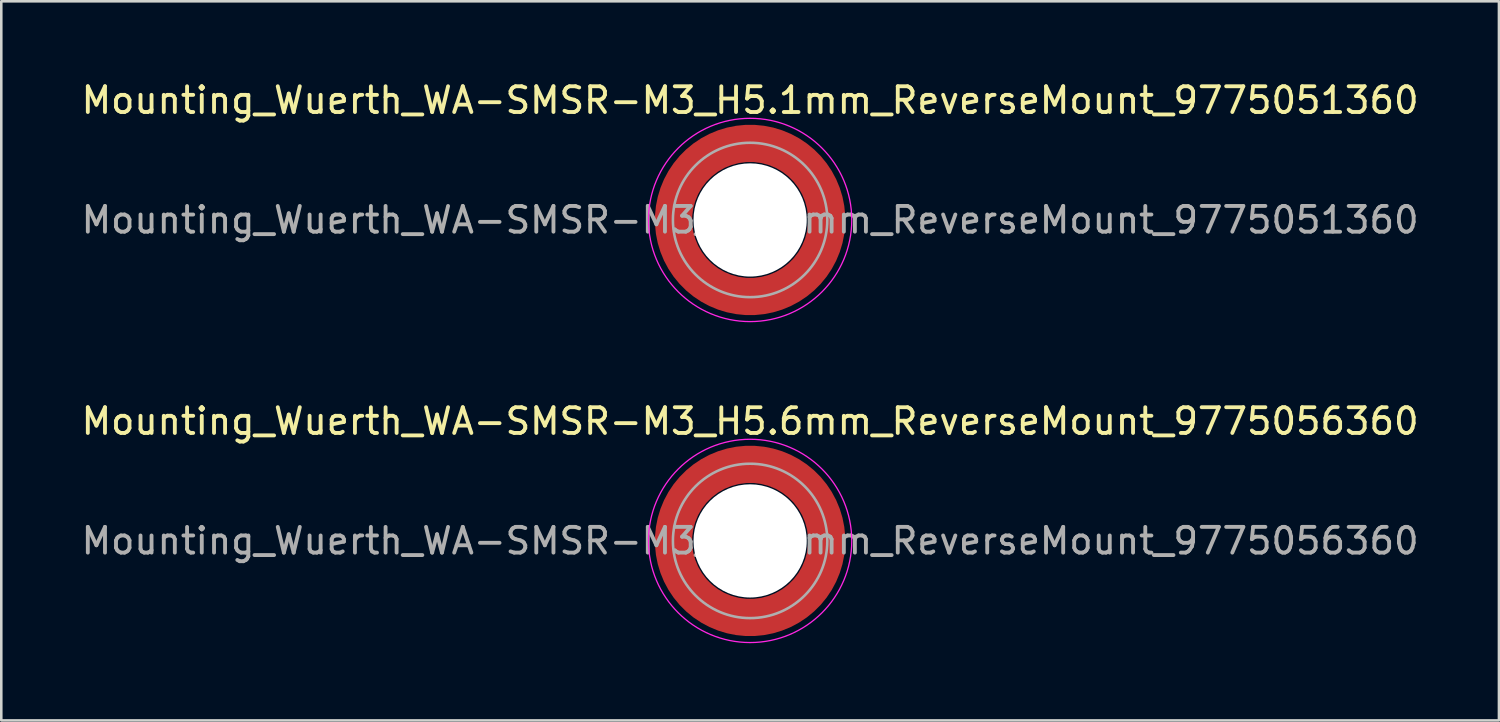
<source format=kicad_pcb>
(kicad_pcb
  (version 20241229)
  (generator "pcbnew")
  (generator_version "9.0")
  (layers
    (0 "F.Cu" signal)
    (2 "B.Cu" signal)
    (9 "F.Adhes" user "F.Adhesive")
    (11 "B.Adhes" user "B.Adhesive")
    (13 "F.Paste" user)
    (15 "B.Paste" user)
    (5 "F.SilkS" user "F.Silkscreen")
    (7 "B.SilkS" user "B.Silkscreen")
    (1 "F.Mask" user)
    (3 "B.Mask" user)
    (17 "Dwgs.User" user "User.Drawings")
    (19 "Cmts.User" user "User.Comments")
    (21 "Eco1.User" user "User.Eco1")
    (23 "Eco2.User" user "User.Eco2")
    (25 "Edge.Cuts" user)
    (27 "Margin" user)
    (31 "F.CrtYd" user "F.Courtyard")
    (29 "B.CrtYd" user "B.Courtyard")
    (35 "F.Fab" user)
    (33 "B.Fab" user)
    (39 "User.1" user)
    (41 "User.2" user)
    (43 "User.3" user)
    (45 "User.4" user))
  (footprint "Mounting_Wuerth_WA-SMSR-M3_H5.6mm_ReverseMount_9775056360"
    (layer "F.Cu")
    (at 26.101 17.971)
    (property "Reference" "Mounting_Wuerth_WA-SMSR-M3_H5.6mm_ReverseMount_9775056360" (at 0 -4.65 0) (layer "F.SilkS") (effects (font (size 1 1) (thickness 0.15))))
    (attr smd)
    (fp_circle (center 0 0) (end 3.95 0) (stroke (width 0.05) (type solid)) (fill no) (layer "F.CrtYd"))
    (fp_circle (center 0 0) (end 3 0) (stroke (width 0.1) (type solid)) (fill no) (layer "F.Fab"))
    (fp_text user "${REFERENCE}" (at 0 0 0) (layer "F.Fab") (effects (font (size 1 1) (thickness 0.15))))
    (pad "" smd custom (at -2.095 -2.095) (size 0.945 0.945) (layers "F.Paste") (options (anchor circle)) (primitives (gr_arc (start -0.24231 1.594804) (mid 0.404819 0.404819) (end 1.594804 -0.24231) (width 0.2)) (gr_arc (start -0.3398 1.594804) (mid 0.337349 0.337349) (end 1.594804 -0.3398) (width 0.2)) (gr_arc (start -0.437132 1.594804) (mid 0.269879 0.269879) (end 1.594804 -0.437132) (width 0.2)) (gr_arc (start -0.534324 1.594804) (mid 0.202409 0.202409) (end 1.594804 -0.534324) (width 0.2)) (gr_arc (start -0.631391 1.594804) (mid 0.134939 0.134939) (end 1.594804 -0.631391) (width 0.2)) (gr_arc (start -0.728345 1.594804) (mid 0.06747 0.06747) (end 1.594804 -0.728345) (width 0.2)) (gr_arc (start -0.825197 1.594804) (mid 0 0) (end 1.594804 -0.825197) (width 0.2)) (gr_arc (start -0.921958 1.594804) (mid -0.067469 -0.067469) (end 1.594804 -0.921958) (width 0.2)) (gr_arc (start -1.018637 1.594804) (mid -0.13494 -0.13494) (end 1.594804 -1.018637) (width 0.2)) (gr_arc (start -1.115239 1.594804) (mid -0.202409 -0.202409) (end 1.594804 -1.115239) (width 0.2)) (gr_arc (start -1.211773 1.594804) (mid -0.269879 -0.269879) (end 1.594804 -1.211773) (width 0.2)) (gr_arc (start -1.308244 1.594804) (mid -0.337349 -0.337349) (end 1.594804 -1.308244) (width 0.2)) (gr_arc (start -1.404657 1.594804) (mid -0.404819 -0.404819) (end 1.594804 -1.404657) (width 0.2)) (gr_arc (start -1.404657 1.594804) (mid -0.404819 -0.404819) (end 1.594804 -1.404657) (width 0.2)) (gr_line (start 1.595 -0.242) (end 1.595 -1.405) (width 0.2)) (gr_line (start -0.242 1.595) (end -1.405 1.595) (width 0.2))))
    (pad "" smd custom (at -2.095 2.095) (size 0.945 0.945) (layers "F.Paste") (options (anchor circle)) (primitives (gr_arc (start 1.594804 0.24231) (mid 0.404819 -0.404819) (end -0.24231 -1.594804) (width 0.2)) (gr_arc (start 1.594804 0.3398) (mid 0.337349 -0.337349) (end -0.3398 -1.594804) (width 0.2)) (gr_arc (start 1.594804 0.437132) (mid 0.269879 -0.269879) (end -0.437132 -1.594804) (width 0.2)) (gr_arc (start 1.594804 0.534324) (mid 0.202409 -0.202409) (end -0.534324 -1.594804) (width 0.2)) (gr_arc (start 1.594804 0.631391) (mid 0.134939 -0.134939) (end -0.631391 -1.594804) (width 0.2)) (gr_arc (start 1.594804 0.728345) (mid 0.06747 -0.06747) (end -0.728345 -1.594804) (width 0.2)) (gr_arc (start 1.594804 0.825197) (mid 0 0) (end -0.825197 -1.594804) (width 0.2)) (gr_arc (start 1.594804 0.921958) (mid -0.067469 0.067469) (end -0.921958 -1.594804) (width 0.2)) (gr_arc (start 1.594804 1.018637) (mid -0.13494 0.13494) (end -1.018637 -1.594804) (width 0.2)) (gr_arc (start 1.594804 1.115239) (mid -0.202409 0.202409) (end -1.115239 -1.594804) (width 0.2)) (gr_arc (start 1.594804 1.211773) (mid -0.269879 0.269879) (end -1.211773 -1.594804) (width 0.2)) (gr_arc (start 1.594804 1.308244) (mid -0.337349 0.337349) (end -1.308244 -1.594804) (width 0.2)) (gr_arc (start 1.594804 1.404657) (mid -0.404819 0.404819) (end -1.404657 -1.594804) (width 0.2)) (gr_arc (start 1.594804 1.404657) (mid -0.404819 0.404819) (end -1.404657 -1.594804) (width 0.2)) (gr_line (start -0.242 -1.595) (end -1.405 -1.595) (width 0.2)) (gr_line (start 1.595 0.242) (end 1.595 1.405) (width 0.2))))
    (pad "" np_thru_hole circle (at 0 0) (size 4.4 4.4) (drill 4.4) (layers "*.Cu" "*.Mask"))
    (pad "" smd custom (at 2.095 -2.095) (size 0.945 0.945) (layers "F.Paste") (options (anchor circle)) (primitives (gr_arc (start -1.594804 -0.24231) (mid -0.404819 0.404819) (end 0.24231 1.594804) (width 0.2)) (gr_arc (start -1.594804 -0.3398) (mid -0.337349 0.337349) (end 0.3398 1.594804) (width 0.2)) (gr_arc (start -1.594804 -0.437132) (mid -0.269879 0.269879) (end 0.437132 1.594804) (width 0.2)) (gr_arc (start -1.594804 -0.534324) (mid -0.202409 0.202409) (end 0.534324 1.594804) (width 0.2)) (gr_arc (start -1.594804 -0.631391) (mid -0.134939 0.134939) (end 0.631391 1.594804) (width 0.2)) (gr_arc (start -1.594804 -0.728345) (mid -0.06747 0.06747) (end 0.728345 1.594804) (width 0.2)) (gr_arc (start -1.594804 -0.825197) (mid 0 0) (end 0.825197 1.594804) (width 0.2)) (gr_arc (start -1.594804 -0.921958) (mid 0.067469 -0.067469) (end 0.921958 1.594804) (width 0.2)) (gr_arc (start -1.594804 -1.018637) (mid 0.13494 -0.13494) (end 1.018637 1.594804) (width 0.2)) (gr_arc (start -1.594804 -1.115239) (mid 0.202409 -0.202409) (end 1.115239 1.594804) (width 0.2)) (gr_arc (start -1.594804 -1.211773) (mid 0.269879 -0.269879) (end 1.211773 1.594804) (width 0.2)) (gr_arc (start -1.594804 -1.308244) (mid 0.337349 -0.337349) (end 1.308244 1.594804) (width 0.2)) (gr_arc (start -1.594804 -1.404657) (mid 0.404819 -0.404819) (end 1.404657 1.594804) (width 0.2)) (gr_arc (start -1.594804 -1.404657) (mid 0.404819 -0.404819) (end 1.404657 1.594804) (width 0.2)) (gr_line (start 0.242 1.595) (end 1.405 1.595) (width 0.2)) (gr_line (start -1.595 -0.242) (end -1.595 -1.405) (width 0.2))))
    (pad "" smd custom (at 2.095 2.095) (size 0.945 0.945) (layers "F.Paste") (options (anchor circle)) (primitives (gr_arc (start 0.24231 -1.594804) (mid -0.404819 -0.404819) (end -1.594804 0.24231) (width 0.2)) (gr_arc (start 0.3398 -1.594804) (mid -0.337349 -0.337349) (end -1.594804 0.3398) (width 0.2)) (gr_arc (start 0.437132 -1.594804) (mid -0.269879 -0.269879) (end -1.594804 0.437132) (width 0.2)) (gr_arc (start 0.534324 -1.594804) (mid -0.202409 -0.202409) (end -1.594804 0.534324) (width 0.2)) (gr_arc (start 0.631391 -1.594804) (mid -0.134939 -0.134939) (end -1.594804 0.631391) (width 0.2)) (gr_arc (start 0.728345 -1.594804) (mid -0.06747 -0.06747) (end -1.594804 0.728345) (width 0.2)) (gr_arc (start 0.825197 -1.594804) (mid 0 0) (end -1.594804 0.825197) (width 0.2)) (gr_arc (start 0.921958 -1.594804) (mid 0.067469 0.067469) (end -1.594804 0.921958) (width 0.2)) (gr_arc (start 1.018637 -1.594804) (mid 0.13494 0.13494) (end -1.594804 1.018637) (width 0.2)) (gr_arc (start 1.115239 -1.594804) (mid 0.202409 0.202409) (end -1.594804 1.115239) (width 0.2)) (gr_arc (start 1.211773 -1.594804) (mid 0.269879 0.269879) (end -1.594804 1.211773) (width 0.2)) (gr_arc (start 1.308244 -1.594804) (mid 0.337349 0.337349) (end -1.594804 1.308244) (width 0.2)) (gr_arc (start 1.404657 -1.594804) (mid 0.404819 0.404819) (end -1.594804 1.404657) (width 0.2)) (gr_arc (start 1.404657 -1.594804) (mid 0.404819 0.404819) (end -1.594804 1.404657) (width 0.2)) (gr_line (start -1.595 0.242) (end -1.595 1.405) (width 0.2)) (gr_line (start 0.242 -1.595) (end 1.405 -1.595) (width 0.2))))
    (pad "1" smd circle (at -2.975 0) (size 1.05 1.05) (layers "F.Cu"))
    (pad "1" smd circle (at 0 -2.975) (size 1.05 1.05) (layers "F.Cu"))
    (pad "1" smd circle (at 0 2.975) (size 1.05 1.05) (layers "F.Cu"))
    (pad "1" smd custom (at 2.975 0) (size 1.05 1.05) (layers "F.Cu" "F.Mask") (options (anchor circle)) (primitives (gr_circle (center -2.975 0) (end 0 0) (width 1.45) (fill no)))))
  (footprint "Mounting_Wuerth_WA-SMSR-M3_H5.1mm_ReverseMount_9775051360"
    (layer "F.Cu")
    (at 26.101 5.498)
    (property "Reference" "Mounting_Wuerth_WA-SMSR-M3_H5.1mm_ReverseMount_9775051360" (at 0 -4.65 0) (layer "F.SilkS") (effects (font (size 1 1) (thickness 0.15))))
    (attr smd)
    (fp_circle (center 0 0) (end 3.95 0) (stroke (width 0.05) (type solid)) (fill no) (layer "F.CrtYd"))
    (fp_circle (center 0 0) (end 3 0) (stroke (width 0.1) (type solid)) (fill no) (layer "F.Fab"))
    (fp_text user "${REFERENCE}" (at 0 0 0) (layer "F.Fab") (effects (font (size 1 1) (thickness 0.15))))
    (pad "" smd custom (at -2.095 -2.095) (size 0.945 0.945) (layers "F.Paste") (options (anchor circle)) (primitives (gr_arc (start -0.24231 1.594804) (mid 0.404819 0.404819) (end 1.594804 -0.24231) (width 0.2)) (gr_arc (start -0.3398 1.594804) (mid 0.337349 0.337349) (end 1.594804 -0.3398) (width 0.2)) (gr_arc (start -0.437132 1.594804) (mid 0.269879 0.269879) (end 1.594804 -0.437132) (width 0.2)) (gr_arc (start -0.534324 1.594804) (mid 0.202409 0.202409) (end 1.594804 -0.534324) (width 0.2)) (gr_arc (start -0.631391 1.594804) (mid 0.134939 0.134939) (end 1.594804 -0.631391) (width 0.2)) (gr_arc (start -0.728345 1.594804) (mid 0.06747 0.06747) (end 1.594804 -0.728345) (width 0.2)) (gr_arc (start -0.825197 1.594804) (mid 0 0) (end 1.594804 -0.825197) (width 0.2)) (gr_arc (start -0.921958 1.594804) (mid -0.067469 -0.067469) (end 1.594804 -0.921958) (width 0.2)) (gr_arc (start -1.018637 1.594804) (mid -0.13494 -0.13494) (end 1.594804 -1.018637) (width 0.2)) (gr_arc (start -1.115239 1.594804) (mid -0.202409 -0.202409) (end 1.594804 -1.115239) (width 0.2)) (gr_arc (start -1.211773 1.594804) (mid -0.269879 -0.269879) (end 1.594804 -1.211773) (width 0.2)) (gr_arc (start -1.308244 1.594804) (mid -0.337349 -0.337349) (end 1.594804 -1.308244) (width 0.2)) (gr_arc (start -1.404657 1.594804) (mid -0.404819 -0.404819) (end 1.594804 -1.404657) (width 0.2)) (gr_arc (start -1.404657 1.594804) (mid -0.404819 -0.404819) (end 1.594804 -1.404657) (width 0.2)) (gr_line (start 1.595 -0.242) (end 1.595 -1.405) (width 0.2)) (gr_line (start -0.242 1.595) (end -1.405 1.595) (width 0.2))))
    (pad "" smd custom (at -2.095 2.095) (size 0.945 0.945) (layers "F.Paste") (options (anchor circle)) (primitives (gr_arc (start 1.594804 0.24231) (mid 0.404819 -0.404819) (end -0.24231 -1.594804) (width 0.2)) (gr_arc (start 1.594804 0.3398) (mid 0.337349 -0.337349) (end -0.3398 -1.594804) (width 0.2)) (gr_arc (start 1.594804 0.437132) (mid 0.269879 -0.269879) (end -0.437132 -1.594804) (width 0.2)) (gr_arc (start 1.594804 0.534324) (mid 0.202409 -0.202409) (end -0.534324 -1.594804) (width 0.2)) (gr_arc (start 1.594804 0.631391) (mid 0.134939 -0.134939) (end -0.631391 -1.594804) (width 0.2)) (gr_arc (start 1.594804 0.728345) (mid 0.06747 -0.06747) (end -0.728345 -1.594804) (width 0.2)) (gr_arc (start 1.594804 0.825197) (mid 0 0) (end -0.825197 -1.594804) (width 0.2)) (gr_arc (start 1.594804 0.921958) (mid -0.067469 0.067469) (end -0.921958 -1.594804) (width 0.2)) (gr_arc (start 1.594804 1.018637) (mid -0.13494 0.13494) (end -1.018637 -1.594804) (width 0.2)) (gr_arc (start 1.594804 1.115239) (mid -0.202409 0.202409) (end -1.115239 -1.594804) (width 0.2)) (gr_arc (start 1.594804 1.211773) (mid -0.269879 0.269879) (end -1.211773 -1.594804) (width 0.2)) (gr_arc (start 1.594804 1.308244) (mid -0.337349 0.337349) (end -1.308244 -1.594804) (width 0.2)) (gr_arc (start 1.594804 1.404657) (mid -0.404819 0.404819) (end -1.404657 -1.594804) (width 0.2)) (gr_arc (start 1.594804 1.404657) (mid -0.404819 0.404819) (end -1.404657 -1.594804) (width 0.2)) (gr_line (start -0.242 -1.595) (end -1.405 -1.595) (width 0.2)) (gr_line (start 1.595 0.242) (end 1.595 1.405) (width 0.2))))
    (pad "" np_thru_hole circle (at 0 0) (size 4.4 4.4) (drill 4.4) (layers "*.Cu" "*.Mask"))
    (pad "" smd custom (at 2.095 -2.095) (size 0.945 0.945) (layers "F.Paste") (options (anchor circle)) (primitives (gr_arc (start -1.594804 -0.24231) (mid -0.404819 0.404819) (end 0.24231 1.594804) (width 0.2)) (gr_arc (start -1.594804 -0.3398) (mid -0.337349 0.337349) (end 0.3398 1.594804) (width 0.2)) (gr_arc (start -1.594804 -0.437132) (mid -0.269879 0.269879) (end 0.437132 1.594804) (width 0.2)) (gr_arc (start -1.594804 -0.534324) (mid -0.202409 0.202409) (end 0.534324 1.594804) (width 0.2)) (gr_arc (start -1.594804 -0.631391) (mid -0.134939 0.134939) (end 0.631391 1.594804) (width 0.2)) (gr_arc (start -1.594804 -0.728345) (mid -0.06747 0.06747) (end 0.728345 1.594804) (width 0.2)) (gr_arc (start -1.594804 -0.825197) (mid 0 0) (end 0.825197 1.594804) (width 0.2)) (gr_arc (start -1.594804 -0.921958) (mid 0.067469 -0.067469) (end 0.921958 1.594804) (width 0.2)) (gr_arc (start -1.594804 -1.018637) (mid 0.13494 -0.13494) (end 1.018637 1.594804) (width 0.2)) (gr_arc (start -1.594804 -1.115239) (mid 0.202409 -0.202409) (end 1.115239 1.594804) (width 0.2)) (gr_arc (start -1.594804 -1.211773) (mid 0.269879 -0.269879) (end 1.211773 1.594804) (width 0.2)) (gr_arc (start -1.594804 -1.308244) (mid 0.337349 -0.337349) (end 1.308244 1.594804) (width 0.2)) (gr_arc (start -1.594804 -1.404657) (mid 0.404819 -0.404819) (end 1.404657 1.594804) (width 0.2)) (gr_arc (start -1.594804 -1.404657) (mid 0.404819 -0.404819) (end 1.404657 1.594804) (width 0.2)) (gr_line (start 0.242 1.595) (end 1.405 1.595) (width 0.2)) (gr_line (start -1.595 -0.242) (end -1.595 -1.405) (width 0.2))))
    (pad "" smd custom (at 2.095 2.095) (size 0.945 0.945) (layers "F.Paste") (options (anchor circle)) (primitives (gr_arc (start 0.24231 -1.594804) (mid -0.404819 -0.404819) (end -1.594804 0.24231) (width 0.2)) (gr_arc (start 0.3398 -1.594804) (mid -0.337349 -0.337349) (end -1.594804 0.3398) (width 0.2)) (gr_arc (start 0.437132 -1.594804) (mid -0.269879 -0.269879) (end -1.594804 0.437132) (width 0.2)) (gr_arc (start 0.534324 -1.594804) (mid -0.202409 -0.202409) (end -1.594804 0.534324) (width 0.2)) (gr_arc (start 0.631391 -1.594804) (mid -0.134939 -0.134939) (end -1.594804 0.631391) (width 0.2)) (gr_arc (start 0.728345 -1.594804) (mid -0.06747 -0.06747) (end -1.594804 0.728345) (width 0.2)) (gr_arc (start 0.825197 -1.594804) (mid 0 0) (end -1.594804 0.825197) (width 0.2)) (gr_arc (start 0.921958 -1.594804) (mid 0.067469 0.067469) (end -1.594804 0.921958) (width 0.2)) (gr_arc (start 1.018637 -1.594804) (mid 0.13494 0.13494) (end -1.594804 1.018637) (width 0.2)) (gr_arc (start 1.115239 -1.594804) (mid 0.202409 0.202409) (end -1.594804 1.115239) (width 0.2)) (gr_arc (start 1.211773 -1.594804) (mid 0.269879 0.269879) (end -1.594804 1.211773) (width 0.2)) (gr_arc (start 1.308244 -1.594804) (mid 0.337349 0.337349) (end -1.594804 1.308244) (width 0.2)) (gr_arc (start 1.404657 -1.594804) (mid 0.404819 0.404819) (end -1.594804 1.404657) (width 0.2)) (gr_arc (start 1.404657 -1.594804) (mid 0.404819 0.404819) (end -1.594804 1.404657) (width 0.2)) (gr_line (start -1.595 0.242) (end -1.595 1.405) (width 0.2)) (gr_line (start 0.242 -1.595) (end 1.405 -1.595) (width 0.2))))
    (pad "1" smd circle (at -2.975 0) (size 1.05 1.05) (layers "F.Cu"))
    (pad "1" smd circle (at 0 -2.975) (size 1.05 1.05) (layers "F.Cu"))
    (pad "1" smd circle (at 0 2.975) (size 1.05 1.05) (layers "F.Cu"))
    (pad "1" smd custom (at 2.975 0) (size 1.05 1.05) (layers "F.Cu" "F.Mask") (options (anchor circle)) (primitives (gr_circle (center -2.975 0) (end 0 0) (width 1.45) (fill no)))))
  (gr_rect
    (start -3 -3)
    (end 55.202 24.947)
    (stroke (width 0.1) (type default))
    (fill no)
    (layer "Edge.Cuts")))
</source>
